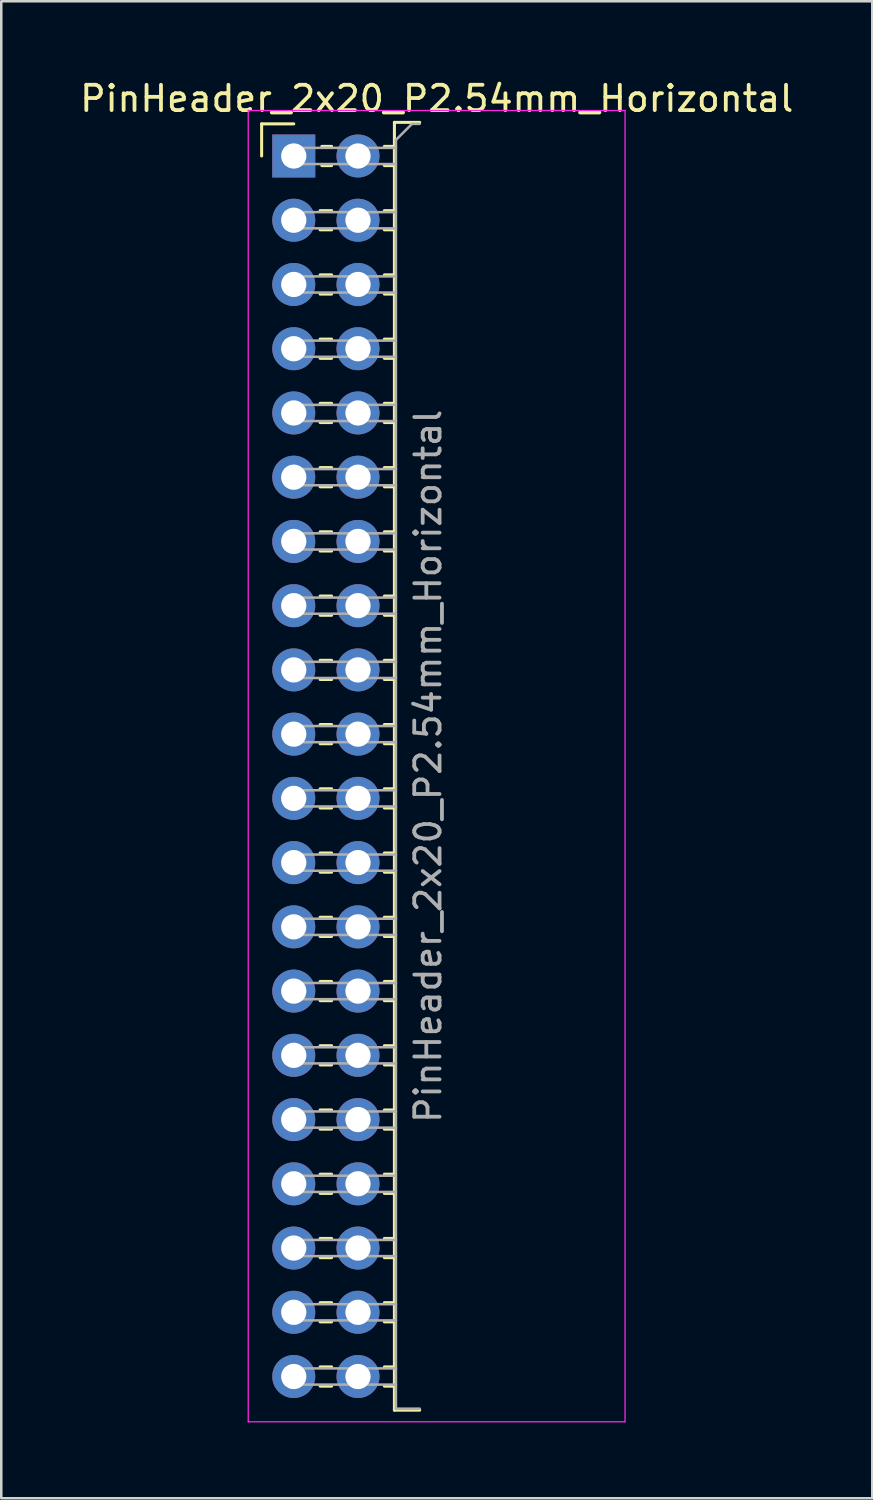
<source format=kicad_pcb>
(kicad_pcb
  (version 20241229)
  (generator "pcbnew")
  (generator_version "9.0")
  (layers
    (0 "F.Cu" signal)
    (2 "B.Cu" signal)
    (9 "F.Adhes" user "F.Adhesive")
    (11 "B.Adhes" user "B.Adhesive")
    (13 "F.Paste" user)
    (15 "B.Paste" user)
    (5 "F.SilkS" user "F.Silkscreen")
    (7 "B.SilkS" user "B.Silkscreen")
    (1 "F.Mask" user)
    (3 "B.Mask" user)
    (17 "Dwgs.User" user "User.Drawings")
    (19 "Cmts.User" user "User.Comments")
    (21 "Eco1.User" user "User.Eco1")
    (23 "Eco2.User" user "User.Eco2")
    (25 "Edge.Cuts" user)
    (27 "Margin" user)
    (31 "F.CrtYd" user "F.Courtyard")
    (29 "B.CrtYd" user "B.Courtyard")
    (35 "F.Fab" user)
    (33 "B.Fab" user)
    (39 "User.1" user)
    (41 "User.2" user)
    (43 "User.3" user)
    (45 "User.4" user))
  (footprint "PinHeader_2x20_P2.54mm_Horizontal"
    (layer "F.Cu")
    (at 8.565 3.118)
    (property "Reference" "PinHeader_2x20_P2.54mm_Horizontal" (at 5.655 -2.27 0) (layer "F.SilkS") (effects (font (size 1 1) (thickness 0.15))))
    (attr through_hole)
    (fp_line (start -1.27 -1.27) (end 0 -1.27) (stroke (width 0.12) (type solid)) (layer "F.SilkS"))
    (fp_line (start -1.27 0) (end -1.27 -1.27) (stroke (width 0.12) (type solid)) (layer "F.SilkS"))
    (fp_line (start 1.043 2.16) (end 1.497 2.16) (stroke (width 0.12) (type solid)) (layer "F.SilkS"))
    (fp_line (start 1.043 2.92) (end 1.497 2.92) (stroke (width 0.12) (type solid)) (layer "F.SilkS"))
    (fp_line (start 1.043 4.7) (end 1.497 4.7) (stroke (width 0.12) (type solid)) (layer "F.SilkS"))
    (fp_line (start 1.043 5.46) (end 1.497 5.46) (stroke (width 0.12) (type solid)) (layer "F.SilkS"))
    (fp_line (start 1.043 7.24) (end 1.497 7.24) (stroke (width 0.12) (type solid)) (layer "F.SilkS"))
    (fp_line (start 1.043 8) (end 1.497 8) (stroke (width 0.12) (type solid)) (layer "F.SilkS"))
    (fp_line (start 1.043 9.78) (end 1.497 9.78) (stroke (width 0.12) (type solid)) (layer "F.SilkS"))
    (fp_line (start 1.043 10.54) (end 1.497 10.54) (stroke (width 0.12) (type solid)) (layer "F.SilkS"))
    (fp_line (start 1.043 12.32) (end 1.497 12.32) (stroke (width 0.12) (type solid)) (layer "F.SilkS"))
    (fp_line (start 1.043 13.08) (end 1.497 13.08) (stroke (width 0.12) (type solid)) (layer "F.SilkS"))
    (fp_line (start 1.043 14.86) (end 1.497 14.86) (stroke (width 0.12) (type solid)) (layer "F.SilkS"))
    (fp_line (start 1.043 15.62) (end 1.497 15.62) (stroke (width 0.12) (type solid)) (layer "F.SilkS"))
    (fp_line (start 1.043 17.4) (end 1.497 17.4) (stroke (width 0.12) (type solid)) (layer "F.SilkS"))
    (fp_line (start 1.043 18.16) (end 1.497 18.16) (stroke (width 0.12) (type solid)) (layer "F.SilkS"))
    (fp_line (start 1.043 19.94) (end 1.497 19.94) (stroke (width 0.12) (type solid)) (layer "F.SilkS"))
    (fp_line (start 1.043 20.7) (end 1.497 20.7) (stroke (width 0.12) (type solid)) (layer "F.SilkS"))
    (fp_line (start 1.043 22.48) (end 1.497 22.48) (stroke (width 0.12) (type solid)) (layer "F.SilkS"))
    (fp_line (start 1.043 23.24) (end 1.497 23.24) (stroke (width 0.12) (type solid)) (layer "F.SilkS"))
    (fp_line (start 1.043 25.02) (end 1.497 25.02) (stroke (width 0.12) (type solid)) (layer "F.SilkS"))
    (fp_line (start 1.043 25.78) (end 1.497 25.78) (stroke (width 0.12) (type solid)) (layer "F.SilkS"))
    (fp_line (start 1.043 27.56) (end 1.497 27.56) (stroke (width 0.12) (type solid)) (layer "F.SilkS"))
    (fp_line (start 1.043 28.32) (end 1.497 28.32) (stroke (width 0.12) (type solid)) (layer "F.SilkS"))
    (fp_line (start 1.043 30.1) (end 1.497 30.1) (stroke (width 0.12) (type solid)) (layer "F.SilkS"))
    (fp_line (start 1.043 30.86) (end 1.497 30.86) (stroke (width 0.12) (type solid)) (layer "F.SilkS"))
    (fp_line (start 1.043 32.64) (end 1.497 32.64) (stroke (width 0.12) (type solid)) (layer "F.SilkS"))
    (fp_line (start 1.043 33.4) (end 1.497 33.4) (stroke (width 0.12) (type solid)) (layer "F.SilkS"))
    (fp_line (start 1.043 35.18) (end 1.497 35.18) (stroke (width 0.12) (type solid)) (layer "F.SilkS"))
    (fp_line (start 1.043 35.94) (end 1.497 35.94) (stroke (width 0.12) (type solid)) (layer "F.SilkS"))
    (fp_line (start 1.043 37.72) (end 1.497 37.72) (stroke (width 0.12) (type solid)) (layer "F.SilkS"))
    (fp_line (start 1.043 38.48) (end 1.497 38.48) (stroke (width 0.12) (type solid)) (layer "F.SilkS"))
    (fp_line (start 1.043 40.26) (end 1.497 40.26) (stroke (width 0.12) (type solid)) (layer "F.SilkS"))
    (fp_line (start 1.043 41.02) (end 1.497 41.02) (stroke (width 0.12) (type solid)) (layer "F.SilkS"))
    (fp_line (start 1.043 42.8) (end 1.497 42.8) (stroke (width 0.12) (type solid)) (layer "F.SilkS"))
    (fp_line (start 1.043 43.56) (end 1.497 43.56) (stroke (width 0.12) (type solid)) (layer "F.SilkS"))
    (fp_line (start 1.043 45.34) (end 1.497 45.34) (stroke (width 0.12) (type solid)) (layer "F.SilkS"))
    (fp_line (start 1.043 46.1) (end 1.497 46.1) (stroke (width 0.12) (type solid)) (layer "F.SilkS"))
    (fp_line (start 1.043 47.88) (end 1.497 47.88) (stroke (width 0.12) (type solid)) (layer "F.SilkS"))
    (fp_line (start 1.043 48.64) (end 1.497 48.64) (stroke (width 0.12) (type solid)) (layer "F.SilkS"))
    (fp_line (start 1.11 -0.38) (end 1.497 -0.38) (stroke (width 0.12) (type solid)) (layer "F.SilkS"))
    (fp_line (start 1.11 0.38) (end 1.497 0.38) (stroke (width 0.12) (type solid)) (layer "F.SilkS"))
    (fp_line (start 3.583 -0.38) (end 3.98 -0.38) (stroke (width 0.12) (type solid)) (layer "F.SilkS"))
    (fp_line (start 3.583 0.38) (end 3.98 0.38) (stroke (width 0.12) (type solid)) (layer "F.SilkS"))
    (fp_line (start 3.583 2.16) (end 3.98 2.16) (stroke (width 0.12) (type solid)) (layer "F.SilkS"))
    (fp_line (start 3.583 2.92) (end 3.98 2.92) (stroke (width 0.12) (type solid)) (layer "F.SilkS"))
    (fp_line (start 3.583 4.7) (end 3.98 4.7) (stroke (width 0.12) (type solid)) (layer "F.SilkS"))
    (fp_line (start 3.583 5.46) (end 3.98 5.46) (stroke (width 0.12) (type solid)) (layer "F.SilkS"))
    (fp_line (start 3.583 7.24) (end 3.98 7.24) (stroke (width 0.12) (type solid)) (layer "F.SilkS"))
    (fp_line (start 3.583 8) (end 3.98 8) (stroke (width 0.12) (type solid)) (layer "F.SilkS"))
    (fp_line (start 3.583 9.78) (end 3.98 9.78) (stroke (width 0.12) (type solid)) (layer "F.SilkS"))
    (fp_line (start 3.583 10.54) (end 3.98 10.54) (stroke (width 0.12) (type solid)) (layer "F.SilkS"))
    (fp_line (start 3.583 12.32) (end 3.98 12.32) (stroke (width 0.12) (type solid)) (layer "F.SilkS"))
    (fp_line (start 3.583 13.08) (end 3.98 13.08) (stroke (width 0.12) (type solid)) (layer "F.SilkS"))
    (fp_line (start 3.583 14.86) (end 3.98 14.86) (stroke (width 0.12) (type solid)) (layer "F.SilkS"))
    (fp_line (start 3.583 15.62) (end 3.98 15.62) (stroke (width 0.12) (type solid)) (layer "F.SilkS"))
    (fp_line (start 3.583 17.4) (end 3.98 17.4) (stroke (width 0.12) (type solid)) (layer "F.SilkS"))
    (fp_line (start 3.583 18.16) (end 3.98 18.16) (stroke (width 0.12) (type solid)) (layer "F.SilkS"))
    (fp_line (start 3.583 19.94) (end 3.98 19.94) (stroke (width 0.12) (type solid)) (layer "F.SilkS"))
    (fp_line (start 3.583 20.7) (end 3.98 20.7) (stroke (width 0.12) (type solid)) (layer "F.SilkS"))
    (fp_line (start 3.583 22.48) (end 3.98 22.48) (stroke (width 0.12) (type solid)) (layer "F.SilkS"))
    (fp_line (start 3.583 23.24) (end 3.98 23.24) (stroke (width 0.12) (type solid)) (layer "F.SilkS"))
    (fp_line (start 3.583 25.02) (end 3.98 25.02) (stroke (width 0.12) (type solid)) (layer "F.SilkS"))
    (fp_line (start 3.583 25.78) (end 3.98 25.78) (stroke (width 0.12) (type solid)) (layer "F.SilkS"))
    (fp_line (start 3.583 27.56) (end 3.98 27.56) (stroke (width 0.12) (type solid)) (layer "F.SilkS"))
    (fp_line (start 3.583 28.32) (end 3.98 28.32) (stroke (width 0.12) (type solid)) (layer "F.SilkS"))
    (fp_line (start 3.583 30.1) (end 3.98 30.1) (stroke (width 0.12) (type solid)) (layer "F.SilkS"))
    (fp_line (start 3.583 30.86) (end 3.98 30.86) (stroke (width 0.12) (type solid)) (layer "F.SilkS"))
    (fp_line (start 3.583 32.64) (end 3.98 32.64) (stroke (width 0.12) (type solid)) (layer "F.SilkS"))
    (fp_line (start 3.583 33.4) (end 3.98 33.4) (stroke (width 0.12) (type solid)) (layer "F.SilkS"))
    (fp_line (start 3.583 35.18) (end 3.98 35.18) (stroke (width 0.12) (type solid)) (layer "F.SilkS"))
    (fp_line (start 3.583 35.94) (end 3.98 35.94) (stroke (width 0.12) (type solid)) (layer "F.SilkS"))
    (fp_line (start 3.583 37.72) (end 3.98 37.72) (stroke (width 0.12) (type solid)) (layer "F.SilkS"))
    (fp_line (start 3.583 38.48) (end 3.98 38.48) (stroke (width 0.12) (type solid)) (layer "F.SilkS"))
    (fp_line (start 3.583 40.26) (end 3.98 40.26) (stroke (width 0.12) (type solid)) (layer "F.SilkS"))
    (fp_line (start 3.583 41.02) (end 3.98 41.02) (stroke (width 0.12) (type solid)) (layer "F.SilkS"))
    (fp_line (start 3.583 42.8) (end 3.98 42.8) (stroke (width 0.12) (type solid)) (layer "F.SilkS"))
    (fp_line (start 3.583 43.56) (end 3.98 43.56) (stroke (width 0.12) (type solid)) (layer "F.SilkS"))
    (fp_line (start 3.583 45.34) (end 3.98 45.34) (stroke (width 0.12) (type solid)) (layer "F.SilkS"))
    (fp_line (start 3.583 46.1) (end 3.98 46.1) (stroke (width 0.12) (type solid)) (layer "F.SilkS"))
    (fp_line (start 3.583 47.88) (end 3.98 47.88) (stroke (width 0.12) (type solid)) (layer "F.SilkS"))
    (fp_line (start 3.583 48.64) (end 3.98 48.64) (stroke (width 0.12) (type solid)) (layer "F.SilkS"))
    (fp_line (start 3.98 -1.33) (end 3.98 49.59) (stroke (width 0.12) (type solid)) (layer "F.SilkS"))
    (fp_line (start 3.98 49.59) (end 4.98 49.59) (stroke (width 0.12) (type solid)) (layer "F.SilkS"))
    (fp_line (start 4.98 -1.33) (end 3.98 -1.33) (stroke (width 0.12) (type solid)) (layer "F.SilkS"))
    (fp_line (start -1.8 -1.8) (end -1.8 50.05) (stroke (width 0.05) (type solid)) (layer "F.CrtYd"))
    (fp_line (start -1.8 50.05) (end 13.1 50.05) (stroke (width 0.05) (type solid)) (layer "F.CrtYd"))
    (fp_line (start 13.1 -1.8) (end -1.8 -1.8) (stroke (width 0.05) (type solid)) (layer "F.CrtYd"))
    (fp_line (start 13.1 50.05) (end 13.1 -1.8) (stroke (width 0.05) (type solid)) (layer "F.CrtYd"))
    (fp_line (start -0.32 -0.32) (end -0.32 0.32) (stroke (width 0.1) (type solid)) (layer "F.Fab"))
    (fp_line (start -0.32 -0.32) (end 4.04 -0.32) (stroke (width 0.1) (type solid)) (layer "F.Fab"))
    (fp_line (start -0.32 0.32) (end 4.04 0.32) (stroke (width 0.1) (type solid)) (layer "F.Fab"))
    (fp_line (start -0.32 2.22) (end -0.32 2.86) (stroke (width 0.1) (type solid)) (layer "F.Fab"))
    (fp_line (start -0.32 2.22) (end 4.04 2.22) (stroke (width 0.1) (type solid)) (layer "F.Fab"))
    (fp_line (start -0.32 2.86) (end 4.04 2.86) (stroke (width 0.1) (type solid)) (layer "F.Fab"))
    (fp_line (start -0.32 4.76) (end -0.32 5.4) (stroke (width 0.1) (type solid)) (layer "F.Fab"))
    (fp_line (start -0.32 4.76) (end 4.04 4.76) (stroke (width 0.1) (type solid)) (layer "F.Fab"))
    (fp_line (start -0.32 5.4) (end 4.04 5.4) (stroke (width 0.1) (type solid)) (layer "F.Fab"))
    (fp_line (start -0.32 7.3) (end -0.32 7.94) (stroke (width 0.1) (type solid)) (layer "F.Fab"))
    (fp_line (start -0.32 7.3) (end 4.04 7.3) (stroke (width 0.1) (type solid)) (layer "F.Fab"))
    (fp_line (start -0.32 7.94) (end 4.04 7.94) (stroke (width 0.1) (type solid)) (layer "F.Fab"))
    (fp_line (start -0.32 9.84) (end -0.32 10.48) (stroke (width 0.1) (type solid)) (layer "F.Fab"))
    (fp_line (start -0.32 9.84) (end 4.04 9.84) (stroke (width 0.1) (type solid)) (layer "F.Fab"))
    (fp_line (start -0.32 10.48) (end 4.04 10.48) (stroke (width 0.1) (type solid)) (layer "F.Fab"))
    (fp_line (start -0.32 12.38) (end -0.32 13.02) (stroke (width 0.1) (type solid)) (layer "F.Fab"))
    (fp_line (start -0.32 12.38) (end 4.04 12.38) (stroke (width 0.1) (type solid)) (layer "F.Fab"))
    (fp_line (start -0.32 13.02) (end 4.04 13.02) (stroke (width 0.1) (type solid)) (layer "F.Fab"))
    (fp_line (start -0.32 14.92) (end -0.32 15.56) (stroke (width 0.1) (type solid)) (layer "F.Fab"))
    (fp_line (start -0.32 14.92) (end 4.04 14.92) (stroke (width 0.1) (type solid)) (layer "F.Fab"))
    (fp_line (start -0.32 15.56) (end 4.04 15.56) (stroke (width 0.1) (type solid)) (layer "F.Fab"))
    (fp_line (start -0.32 17.46) (end -0.32 18.1) (stroke (width 0.1) (type solid)) (layer "F.Fab"))
    (fp_line (start -0.32 17.46) (end 4.04 17.46) (stroke (width 0.1) (type solid)) (layer "F.Fab"))
    (fp_line (start -0.32 18.1) (end 4.04 18.1) (stroke (width 0.1) (type solid)) (layer "F.Fab"))
    (fp_line (start -0.32 20) (end -0.32 20.64) (stroke (width 0.1) (type solid)) (layer "F.Fab"))
    (fp_line (start -0.32 20) (end 4.04 20) (stroke (width 0.1) (type solid)) (layer "F.Fab"))
    (fp_line (start -0.32 20.64) (end 4.04 20.64) (stroke (width 0.1) (type solid)) (layer "F.Fab"))
    (fp_line (start -0.32 22.54) (end -0.32 23.18) (stroke (width 0.1) (type solid)) (layer "F.Fab"))
    (fp_line (start -0.32 22.54) (end 4.04 22.54) (stroke (width 0.1) (type solid)) (layer "F.Fab"))
    (fp_line (start -0.32 23.18) (end 4.04 23.18) (stroke (width 0.1) (type solid)) (layer "F.Fab"))
    (fp_line (start -0.32 25.08) (end -0.32 25.72) (stroke (width 0.1) (type solid)) (layer "F.Fab"))
    (fp_line (start -0.32 25.08) (end 4.04 25.08) (stroke (width 0.1) (type solid)) (layer "F.Fab"))
    (fp_line (start -0.32 25.72) (end 4.04 25.72) (stroke (width 0.1) (type solid)) (layer "F.Fab"))
    (fp_line (start -0.32 27.62) (end -0.32 28.26) (stroke (width 0.1) (type solid)) (layer "F.Fab"))
    (fp_line (start -0.32 27.62) (end 4.04 27.62) (stroke (width 0.1) (type solid)) (layer "F.Fab"))
    (fp_line (start -0.32 28.26) (end 4.04 28.26) (stroke (width 0.1) (type solid)) (layer "F.Fab"))
    (fp_line (start -0.32 30.16) (end -0.32 30.8) (stroke (width 0.1) (type solid)) (layer "F.Fab"))
    (fp_line (start -0.32 30.16) (end 4.04 30.16) (stroke (width 0.1) (type solid)) (layer "F.Fab"))
    (fp_line (start -0.32 30.8) (end 4.04 30.8) (stroke (width 0.1) (type solid)) (layer "F.Fab"))
    (fp_line (start -0.32 32.7) (end -0.32 33.34) (stroke (width 0.1) (type solid)) (layer "F.Fab"))
    (fp_line (start -0.32 32.7) (end 4.04 32.7) (stroke (width 0.1) (type solid)) (layer "F.Fab"))
    (fp_line (start -0.32 33.34) (end 4.04 33.34) (stroke (width 0.1) (type solid)) (layer "F.Fab"))
    (fp_line (start -0.32 35.24) (end -0.32 35.88) (stroke (width 0.1) (type solid)) (layer "F.Fab"))
    (fp_line (start -0.32 35.24) (end 4.04 35.24) (stroke (width 0.1) (type solid)) (layer "F.Fab"))
    (fp_line (start -0.32 35.88) (end 4.04 35.88) (stroke (width 0.1) (type solid)) (layer "F.Fab"))
    (fp_line (start -0.32 37.78) (end -0.32 38.42) (stroke (width 0.1) (type solid)) (layer "F.Fab"))
    (fp_line (start -0.32 37.78) (end 4.04 37.78) (stroke (width 0.1) (type solid)) (layer "F.Fab"))
    (fp_line (start -0.32 38.42) (end 4.04 38.42) (stroke (width 0.1) (type solid)) (layer "F.Fab"))
    (fp_line (start -0.32 40.32) (end -0.32 40.96) (stroke (width 0.1) (type solid)) (layer "F.Fab"))
    (fp_line (start -0.32 40.32) (end 4.04 40.32) (stroke (width 0.1) (type solid)) (layer "F.Fab"))
    (fp_line (start -0.32 40.96) (end 4.04 40.96) (stroke (width 0.1) (type solid)) (layer "F.Fab"))
    (fp_line (start -0.32 42.86) (end -0.32 43.5) (stroke (width 0.1) (type solid)) (layer "F.Fab"))
    (fp_line (start -0.32 42.86) (end 4.04 42.86) (stroke (width 0.1) (type solid)) (layer "F.Fab"))
    (fp_line (start -0.32 43.5) (end 4.04 43.5) (stroke (width 0.1) (type solid)) (layer "F.Fab"))
    (fp_line (start -0.32 45.4) (end -0.32 46.04) (stroke (width 0.1) (type solid)) (layer "F.Fab"))
    (fp_line (start -0.32 45.4) (end 4.04 45.4) (stroke (width 0.1) (type solid)) (layer "F.Fab"))
    (fp_line (start -0.32 46.04) (end 4.04 46.04) (stroke (width 0.1) (type solid)) (layer "F.Fab"))
    (fp_line (start -0.32 47.94) (end -0.32 48.58) (stroke (width 0.1) (type solid)) (layer "F.Fab"))
    (fp_line (start -0.32 47.94) (end 4.04 47.94) (stroke (width 0.1) (type solid)) (layer "F.Fab"))
    (fp_line (start -0.32 48.58) (end 4.04 48.58) (stroke (width 0.1) (type solid)) (layer "F.Fab"))
    (fp_line (start 4.04 -0.635) (end 4.675 -1.27) (stroke (width 0.1) (type solid)) (layer "F.Fab"))
    (fp_line (start 4.04 49.53) (end 4.04 -0.635) (stroke (width 0.1) (type solid)) (layer "F.Fab"))
    (fp_line (start 4.675 -1.27) (end 4.98 -1.27) (stroke (width 0.1) (type solid)) (layer "F.Fab"))
    (fp_line (start 4.98 49.53) (end 4.04 49.53) (stroke (width 0.1) (type solid)) (layer "F.Fab"))
    (fp_text user "${REFERENCE}" (at 5.31 24.13 90) (layer "F.Fab") (effects (font (size 1 1) (thickness 0.15))))
    (pad "1" thru_hole rect (at 0 0) (size 1.7 1.7) (drill 1) (layers "*.Cu" "*.Mask"))
    (pad "2" thru_hole oval (at 2.54 0) (size 1.7 1.7) (drill 1) (layers "*.Cu" "*.Mask"))
    (pad "3" thru_hole oval (at 0 2.54) (size 1.7 1.7) (drill 1) (layers "*.Cu" "*.Mask"))
    (pad "4" thru_hole oval (at 2.54 2.54) (size 1.7 1.7) (drill 1) (layers "*.Cu" "*.Mask"))
    (pad "5" thru_hole oval (at 0 5.08) (size 1.7 1.7) (drill 1) (layers "*.Cu" "*.Mask"))
    (pad "6" thru_hole oval (at 2.54 5.08) (size 1.7 1.7) (drill 1) (layers "*.Cu" "*.Mask"))
    (pad "7" thru_hole oval (at 0 7.62) (size 1.7 1.7) (drill 1) (layers "*.Cu" "*.Mask"))
    (pad "8" thru_hole oval (at 2.54 7.62) (size 1.7 1.7) (drill 1) (layers "*.Cu" "*.Mask"))
    (pad "9" thru_hole oval (at 0 10.16) (size 1.7 1.7) (drill 1) (layers "*.Cu" "*.Mask"))
    (pad "10" thru_hole oval (at 2.54 10.16) (size 1.7 1.7) (drill 1) (layers "*.Cu" "*.Mask"))
    (pad "11" thru_hole oval (at 0 12.7) (size 1.7 1.7) (drill 1) (layers "*.Cu" "*.Mask"))
    (pad "12" thru_hole oval (at 2.54 12.7) (size 1.7 1.7) (drill 1) (layers "*.Cu" "*.Mask"))
    (pad "13" thru_hole oval (at 0 15.24) (size 1.7 1.7) (drill 1) (layers "*.Cu" "*.Mask"))
    (pad "14" thru_hole oval (at 2.54 15.24) (size 1.7 1.7) (drill 1) (layers "*.Cu" "*.Mask"))
    (pad "15" thru_hole oval (at 0 17.78) (size 1.7 1.7) (drill 1) (layers "*.Cu" "*.Mask"))
    (pad "16" thru_hole oval (at 2.54 17.78) (size 1.7 1.7) (drill 1) (layers "*.Cu" "*.Mask"))
    (pad "17" thru_hole oval (at 0 20.32) (size 1.7 1.7) (drill 1) (layers "*.Cu" "*.Mask"))
    (pad "18" thru_hole oval (at 2.54 20.32) (size 1.7 1.7) (drill 1) (layers "*.Cu" "*.Mask"))
    (pad "19" thru_hole oval (at 0 22.86) (size 1.7 1.7) (drill 1) (layers "*.Cu" "*.Mask"))
    (pad "20" thru_hole oval (at 2.54 22.86) (size 1.7 1.7) (drill 1) (layers "*.Cu" "*.Mask"))
    (pad "21" thru_hole oval (at 0 25.4) (size 1.7 1.7) (drill 1) (layers "*.Cu" "*.Mask"))
    (pad "22" thru_hole oval (at 2.54 25.4) (size 1.7 1.7) (drill 1) (layers "*.Cu" "*.Mask"))
    (pad "23" thru_hole oval (at 0 27.94) (size 1.7 1.7) (drill 1) (layers "*.Cu" "*.Mask"))
    (pad "24" thru_hole oval (at 2.54 27.94) (size 1.7 1.7) (drill 1) (layers "*.Cu" "*.Mask"))
    (pad "25" thru_hole oval (at 0 30.48) (size 1.7 1.7) (drill 1) (layers "*.Cu" "*.Mask"))
    (pad "26" thru_hole oval (at 2.54 30.48) (size 1.7 1.7) (drill 1) (layers "*.Cu" "*.Mask"))
    (pad "27" thru_hole oval (at 0 33.02) (size 1.7 1.7) (drill 1) (layers "*.Cu" "*.Mask"))
    (pad "28" thru_hole oval (at 2.54 33.02) (size 1.7 1.7) (drill 1) (layers "*.Cu" "*.Mask"))
    (pad "29" thru_hole oval (at 0 35.56) (size 1.7 1.7) (drill 1) (layers "*.Cu" "*.Mask"))
    (pad "30" thru_hole oval (at 2.54 35.56) (size 1.7 1.7) (drill 1) (layers "*.Cu" "*.Mask"))
    (pad "31" thru_hole oval (at 0 38.1) (size 1.7 1.7) (drill 1) (layers "*.Cu" "*.Mask"))
    (pad "32" thru_hole oval (at 2.54 38.1) (size 1.7 1.7) (drill 1) (layers "*.Cu" "*.Mask"))
    (pad "33" thru_hole oval (at 0 40.64) (size 1.7 1.7) (drill 1) (layers "*.Cu" "*.Mask"))
    (pad "34" thru_hole oval (at 2.54 40.64) (size 1.7 1.7) (drill 1) (layers "*.Cu" "*.Mask"))
    (pad "35" thru_hole oval (at 0 43.18) (size 1.7 1.7) (drill 1) (layers "*.Cu" "*.Mask"))
    (pad "36" thru_hole oval (at 2.54 43.18) (size 1.7 1.7) (drill 1) (layers "*.Cu" "*.Mask"))
    (pad "37" thru_hole oval (at 0 45.72) (size 1.7 1.7) (drill 1) (layers "*.Cu" "*.Mask"))
    (pad "38" thru_hole oval (at 2.54 45.72) (size 1.7 1.7) (drill 1) (layers "*.Cu" "*.Mask"))
    (pad "39" thru_hole oval (at 0 48.26) (size 1.7 1.7) (drill 1) (layers "*.Cu" "*.Mask"))
    (pad "40" thru_hole oval (at 2.54 48.26) (size 1.7 1.7) (drill 1) (layers "*.Cu" "*.Mask")))
  (gr_rect
    (start -3 -3)
    (end 31.44 56.193)
    (stroke (width 0.1) (type default))
    (fill no)
    (layer "Edge.Cuts")))
</source>
